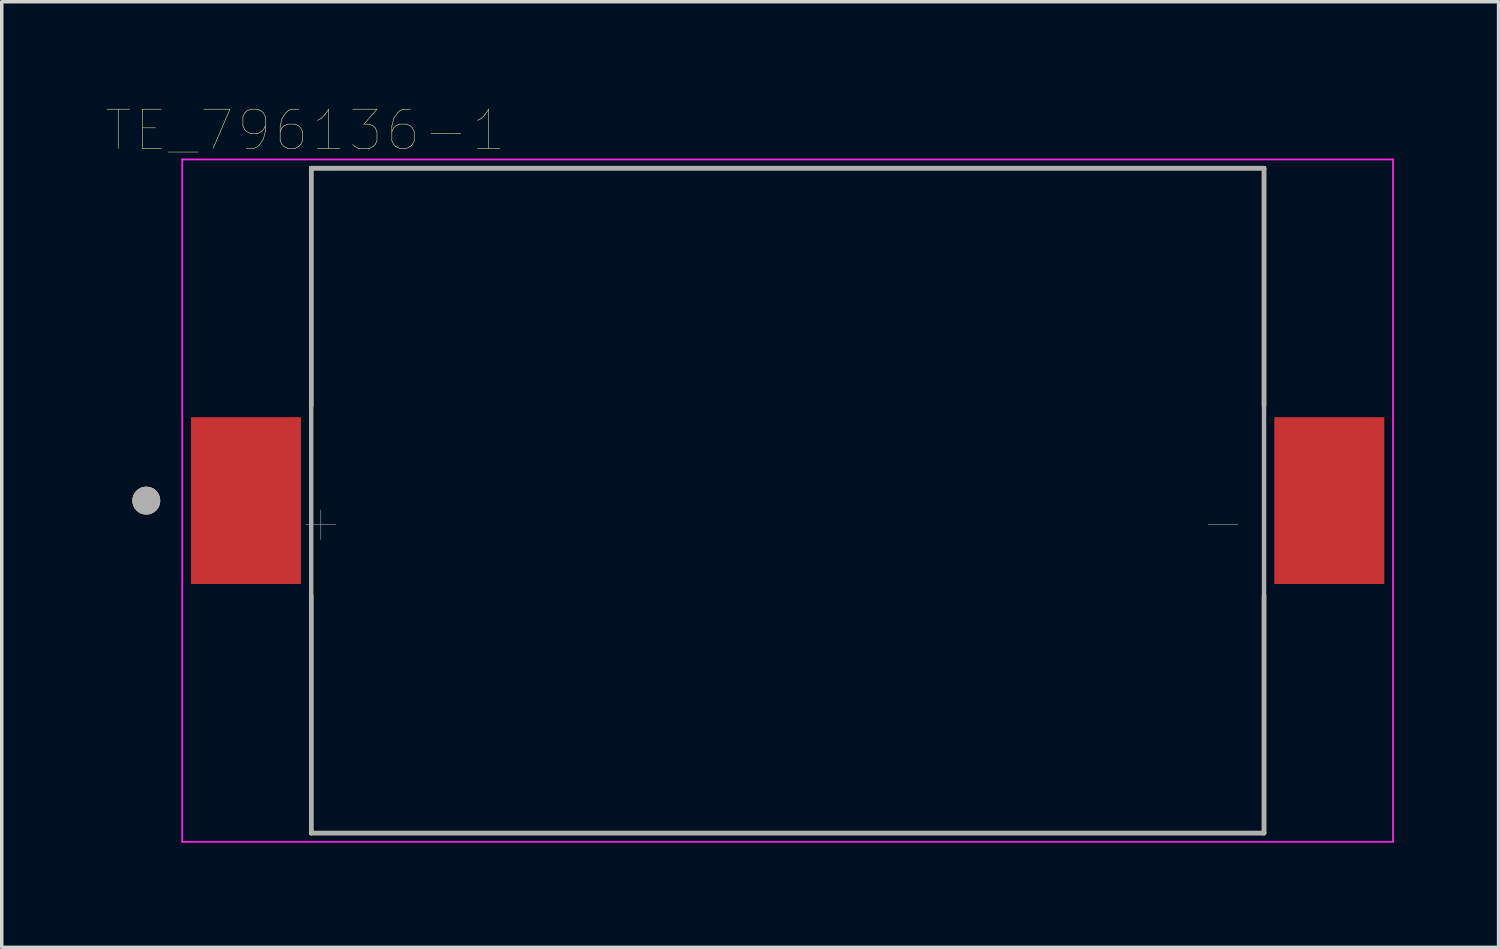
<source format=kicad_pcb>
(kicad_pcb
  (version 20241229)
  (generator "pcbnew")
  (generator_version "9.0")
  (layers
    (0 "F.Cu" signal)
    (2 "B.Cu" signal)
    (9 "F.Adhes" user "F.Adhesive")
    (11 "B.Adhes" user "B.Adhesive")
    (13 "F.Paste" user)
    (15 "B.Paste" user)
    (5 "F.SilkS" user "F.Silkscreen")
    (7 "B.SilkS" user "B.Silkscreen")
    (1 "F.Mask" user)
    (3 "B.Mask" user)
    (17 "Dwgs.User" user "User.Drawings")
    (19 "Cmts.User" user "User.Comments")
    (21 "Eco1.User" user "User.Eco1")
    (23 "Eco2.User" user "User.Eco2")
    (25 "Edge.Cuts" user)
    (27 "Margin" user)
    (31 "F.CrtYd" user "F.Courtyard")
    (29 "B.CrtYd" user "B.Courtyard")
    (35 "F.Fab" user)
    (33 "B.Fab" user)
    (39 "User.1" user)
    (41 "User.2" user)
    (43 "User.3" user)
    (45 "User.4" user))
  (footprint "TE_796136-1"
    (layer "F.Cu")
    (at 19.516 11.293)
    (property "Reference" "TE_796136-1" (at -13.819 -10.611 0) (layer "F.SilkS") (effects (font (size 1.12 1.12) (thickness 0.015))))
    (attr through_hole)
    (fp_line (start -13.65 -9.525) (end 13.65 -9.525) (stroke (width 0.127) (type solid)) (layer "F.SilkS"))
    (fp_line (start -13.65 -2.72) (end -13.65 -9.525) (stroke (width 0.127) (type solid)) (layer "F.SilkS"))
    (fp_line (start -13.65 9.525) (end -13.65 2.72) (stroke (width 0.127) (type solid)) (layer "F.SilkS"))
    (fp_line (start 13.65 -9.525) (end 13.65 -2.72) (stroke (width 0.127) (type solid)) (layer "F.SilkS"))
    (fp_line (start 13.65 2.72) (end 13.65 9.525) (stroke (width 0.127) (type solid)) (layer "F.SilkS"))
    (fp_line (start 13.65 9.525) (end -13.65 9.525) (stroke (width 0.127) (type solid)) (layer "F.SilkS"))
    (fp_circle (center -18.375 0) (end -18.175 0) (stroke (width 0.4) (type solid)) (fill no) (layer "F.SilkS"))
    (fp_line (start -17.345 -9.775) (end 17.345 -9.775) (stroke (width 0.05) (type solid)) (layer "F.CrtYd"))
    (fp_line (start -17.345 9.775) (end -17.345 -9.775) (stroke (width 0.05) (type solid)) (layer "F.CrtYd"))
    (fp_line (start 17.345 -9.775) (end 17.345 9.775) (stroke (width 0.05) (type solid)) (layer "F.CrtYd"))
    (fp_line (start 17.345 9.775) (end -17.345 9.775) (stroke (width 0.05) (type solid)) (layer "F.CrtYd"))
    (fp_line (start -13.65 -9.525) (end 13.65 -9.525) (stroke (width 0.127) (type solid)) (layer "F.Fab"))
    (fp_line (start -13.65 9.525) (end -13.65 -9.525) (stroke (width 0.127) (type solid)) (layer "F.Fab"))
    (fp_line (start 13.65 -9.525) (end 13.65 9.525) (stroke (width 0.127) (type solid)) (layer "F.Fab"))
    (fp_line (start 13.65 9.525) (end -13.65 9.525) (stroke (width 0.127) (type solid)) (layer "F.Fab"))
    (fp_circle (center -18.375 0) (end -18.175 0) (stroke (width 0.4) (type solid)) (fill no) (layer "F.Fab"))
    (fp_text user "+" (at -13.375 0.6 0) (layer "F.Fab") (effects (font (size 1.12 1.12) (thickness 0.015))))
    (fp_text user "-" (at 12.475 0.6 0) (layer "F.Fab") (effects (font (size 1.12 1.12) (thickness 0.015))))
    (pad "1" smd rect (at -15.52 0) (size 3.15 4.78) (layers "F.Cu" "F.Mask" "F.Paste"))
    (pad "2" smd rect (at 15.52 0) (size 3.15 4.78) (layers "F.Cu" "F.Mask" "F.Paste")))
  (gr_rect
    (start -3 -3)
    (end 39.886 24.093)
    (stroke (width 0.1) (type default))
    (fill no)
    (layer "Edge.Cuts")))
</source>
